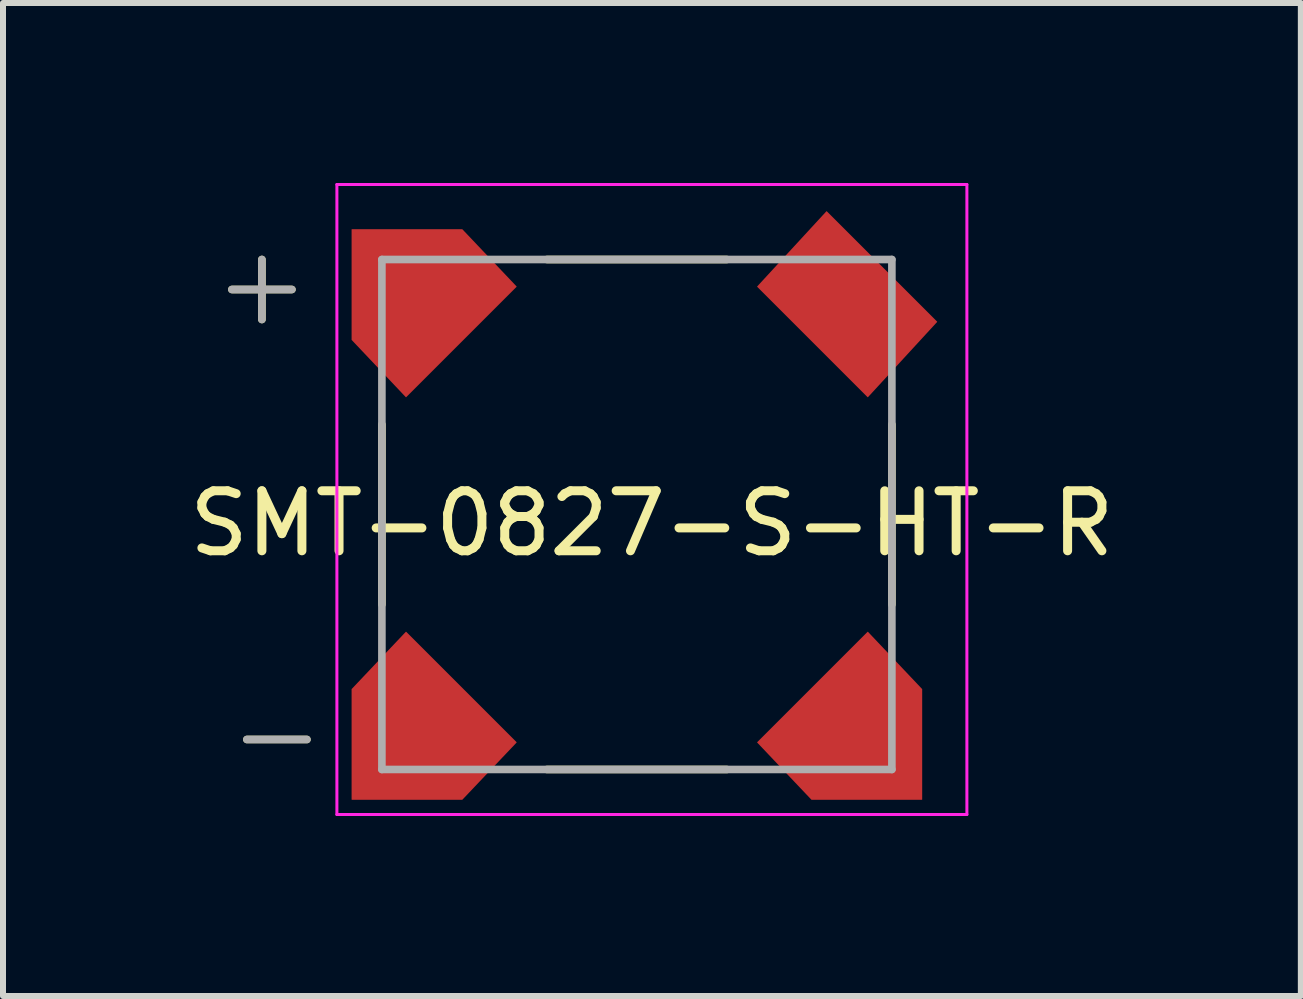
<source format=kicad_pcb>
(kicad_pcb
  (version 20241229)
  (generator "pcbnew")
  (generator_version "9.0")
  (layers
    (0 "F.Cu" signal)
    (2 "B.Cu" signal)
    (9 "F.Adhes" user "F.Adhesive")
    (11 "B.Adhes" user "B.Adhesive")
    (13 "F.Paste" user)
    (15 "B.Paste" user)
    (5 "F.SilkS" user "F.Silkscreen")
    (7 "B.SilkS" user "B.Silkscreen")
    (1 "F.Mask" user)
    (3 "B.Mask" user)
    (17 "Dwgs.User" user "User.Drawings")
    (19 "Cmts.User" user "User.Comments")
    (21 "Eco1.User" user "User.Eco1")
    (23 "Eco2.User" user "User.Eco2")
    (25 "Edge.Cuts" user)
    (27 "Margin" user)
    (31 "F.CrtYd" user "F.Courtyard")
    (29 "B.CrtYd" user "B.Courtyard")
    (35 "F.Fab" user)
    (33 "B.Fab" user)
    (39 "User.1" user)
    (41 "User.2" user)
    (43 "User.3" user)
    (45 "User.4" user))
  (footprint "SMT-0827-S-HT-R"
    (layer "F.Cu")
    (at 7.565 5.525)
    (property "Reference" "SMT-0827-S-HT-R" (at 0.25 0.15 0) (layer "F.SilkS") (effects (font (size 1 1) (thickness 0.15))))
    (attr through_hole)
    (fp_poly (pts (xy 1.759 -3.798) (xy 3.798 -1.759) (xy 5.2 -3.212) (xy 3.162 -5.25)) (stroke (width 0.01) (type solid)) (fill yes) (layer "F.Mask"))
    (fp_poly (pts (xy -3.848 -1.859) (xy -1.909 -3.798) (xy -2.812 -4.85) (xy -4.85 -4.85) (xy -4.85 -2.812)) (stroke (width 0.01) (type solid)) (fill yes) (layer "F.Mask"))
    (fp_poly (pts (xy -1.809 3.848) (xy -3.848 1.809) (xy -4.85 2.912) (xy -4.85 4.85) (xy -2.912 4.85)) (stroke (width 0.01) (type solid)) (fill yes) (layer "F.Mask"))
    (fp_poly (pts (xy 3.798 1.809) (xy 1.859 3.748) (xy 2.812 4.85) (xy 4.85 4.85) (xy 4.85 2.812)) (stroke (width 0.01) (type solid)) (fill yes) (layer "F.Mask"))
    (fp_line (start -6.25 -4.25) (end -6.25 -3.25) (stroke (width 0.127) (type solid)) (layer "F.SilkS"))
    (fp_line (start -5.75 -3.75) (end -6.75 -3.75) (stroke (width 0.127) (type solid)) (layer "F.SilkS"))
    (fp_line (start -5.5 3.75) (end -6.5 3.75) (stroke (width 0.127) (type solid)) (layer "F.SilkS"))
    (fp_line (start -4.25 -1.5) (end -4.25 1.5) (stroke (width 0.127) (type solid)) (layer "F.SilkS"))
    (fp_line (start -1.5 -4.25) (end 1.5 -4.25) (stroke (width 0.127) (type solid)) (layer "F.SilkS"))
    (fp_line (start -1.5 4.25) (end 1.5 4.25) (stroke (width 0.127) (type solid)) (layer "F.SilkS"))
    (fp_line (start 4.25 -1.5) (end 4.25 1.5) (stroke (width 0.127) (type solid)) (layer "F.SilkS"))
    (fp_poly (pts (xy 2.009 -3.798) (xy 3.848 -1.959) (xy 5 -3.212) (xy 3.162 -5.05)) (stroke (width 0.01) (type solid)) (fill yes) (layer "F.Paste"))
    (fp_poly (pts (xy -3.848 -1.959) (xy -2.009 -3.798) (xy -2.912 -4.75) (xy -4.75 -4.75) (xy -4.75 -2.912)) (stroke (width 0.01) (type solid)) (fill yes) (layer "F.Paste"))
    (fp_poly (pts (xy -2.009 3.798) (xy -3.848 1.959) (xy -4.75 2.912) (xy -4.75 4.75) (xy -2.912 4.75)) (stroke (width 0.01) (type solid)) (fill yes) (layer "F.Paste"))
    (fp_poly (pts (xy 3.848 1.959) (xy 2.009 3.798) (xy 2.912 4.75) (xy 4.75 4.75) (xy 4.75 2.912)) (stroke (width 0.01) (type solid)) (fill yes) (layer "F.Paste"))
    (fp_line (start -5 -5.5) (end -5 5) (stroke (width 0.05) (type solid)) (layer "F.CrtYd"))
    (fp_line (start -5 5) (end 5.5 5) (stroke (width 0.05) (type solid)) (layer "F.CrtYd"))
    (fp_line (start 5.5 -5.5) (end -5 -5.5) (stroke (width 0.05) (type solid)) (layer "F.CrtYd"))
    (fp_line (start 5.5 5) (end 5.5 -5.5) (stroke (width 0.05) (type solid)) (layer "F.CrtYd"))
    (fp_line (start -6.75 -3.75) (end -5.75 -3.75) (stroke (width 0.127) (type solid)) (layer "F.Fab"))
    (fp_line (start -6.25 -4.25) (end -6.25 -3.25) (stroke (width 0.127) (type solid)) (layer "F.Fab"))
    (fp_line (start -5.5 3.75) (end -6.5 3.75) (stroke (width 0.127) (type solid)) (layer "F.Fab"))
    (fp_line (start -4.25 -4.25) (end 4.25 -4.25) (stroke (width 0.127) (type solid)) (layer "F.Fab"))
    (fp_line (start -4.25 4.25) (end -4.25 -4.25) (stroke (width 0.127) (type solid)) (layer "F.Fab"))
    (fp_line (start 4.25 -4.25) (end 4.25 4.25) (stroke (width 0.127) (type solid)) (layer "F.Fab"))
    (fp_line (start 4.25 4.25) (end -4.25 4.25) (stroke (width 0.127) (type solid)) (layer "F.Fab"))
    (pad "1" smd custom (at -3.6 -3.6) (size 1 1) (layers "F.Cu") (options (anchor rect)) (primitives (gr_poly (pts (xy -0.248 1.641) (xy 1.591 -0.198) (xy 0.688 -1.15) (xy -1.15 -1.15) (xy -1.15 0.688)) (width 0.01) (fill yes))))
    (pad "2" smd custom (at -3.6 3.6) (size 1 1) (layers "F.Cu") (options (anchor rect)) (primitives (gr_poly (pts (xy 1.591 0.198) (xy -0.248 -1.641) (xy -1.15 -0.688) (xy -1.15 1.15) (xy 0.688 1.15)) (width 0.01) (fill yes))))
    (pad "3" smd custom (at 3.6 3.6) (size 1 1) (layers "F.Cu") (options (anchor rect)) (primitives (gr_poly (pts (xy 0.248 -1.641) (xy -1.591 0.198) (xy -0.688 1.15) (xy 1.15 1.15) (xy 1.15 -0.688)) (width 0.01) (fill yes))))
    (pad "4" smd custom (at 3.45 -3.45) (size 1 1) (layers "F.Cu") (options (anchor rect)) (primitives (gr_poly (pts (xy -1.441 -0.348) (xy 0.398 1.491) (xy 1.55 0.238) (xy -0.288 -1.6)) (width 0.01) (fill yes)))))
  (gr_rect
    (start -3 -3)
    (end 18.631 13.55)
    (stroke (width 0.1) (type default))
    (fill no)
    (layer "Edge.Cuts")))
</source>
